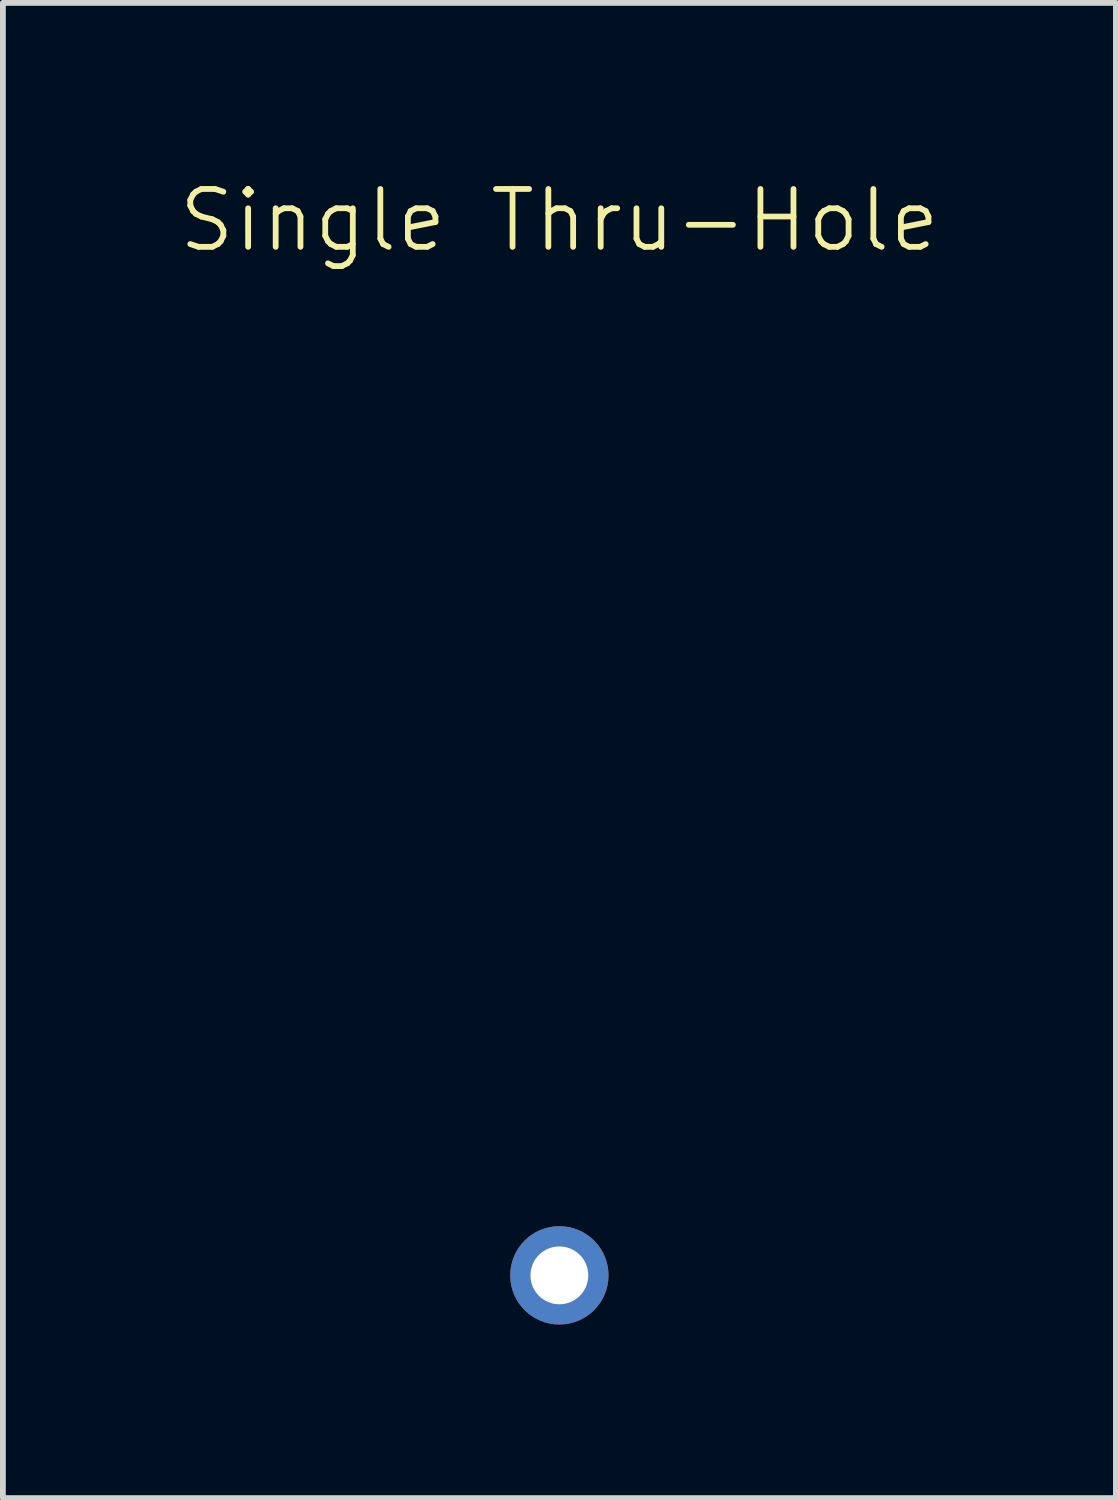
<source format=kicad_pcb>
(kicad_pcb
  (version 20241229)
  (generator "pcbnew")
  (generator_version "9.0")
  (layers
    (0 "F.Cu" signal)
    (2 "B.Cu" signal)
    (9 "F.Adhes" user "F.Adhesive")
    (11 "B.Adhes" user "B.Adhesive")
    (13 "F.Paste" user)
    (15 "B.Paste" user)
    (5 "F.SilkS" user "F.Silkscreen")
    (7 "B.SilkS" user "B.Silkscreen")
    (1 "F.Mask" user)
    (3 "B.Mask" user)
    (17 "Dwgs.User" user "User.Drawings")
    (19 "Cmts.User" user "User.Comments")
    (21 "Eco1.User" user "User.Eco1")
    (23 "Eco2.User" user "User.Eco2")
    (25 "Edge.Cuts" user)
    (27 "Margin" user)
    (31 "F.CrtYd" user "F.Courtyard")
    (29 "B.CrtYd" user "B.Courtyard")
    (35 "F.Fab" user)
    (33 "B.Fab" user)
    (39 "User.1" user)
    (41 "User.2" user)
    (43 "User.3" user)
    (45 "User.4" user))
  (footprint "Single Thru-Hole"
    (layer "F.Cu")
    (at 6.621 19)
    (property "Reference" "Single Thru-Hole" (at 0 -18.24 0) (unlocked yes) (layer "F.SilkS") (effects (font (size 1 1) (thickness 0.1))))
    (attr through_hole)
    (pad "" thru_hole oval (at 0 0 270) (size 1.7 1.7) (drill 1) (layers "*.Cu" "*.Mask")))
  (gr_rect
    (start -3 -3)
    (end 16.243 22.851)
    (stroke (width 0.1) (type default))
    (fill no)
    (layer "Edge.Cuts")))
</source>
